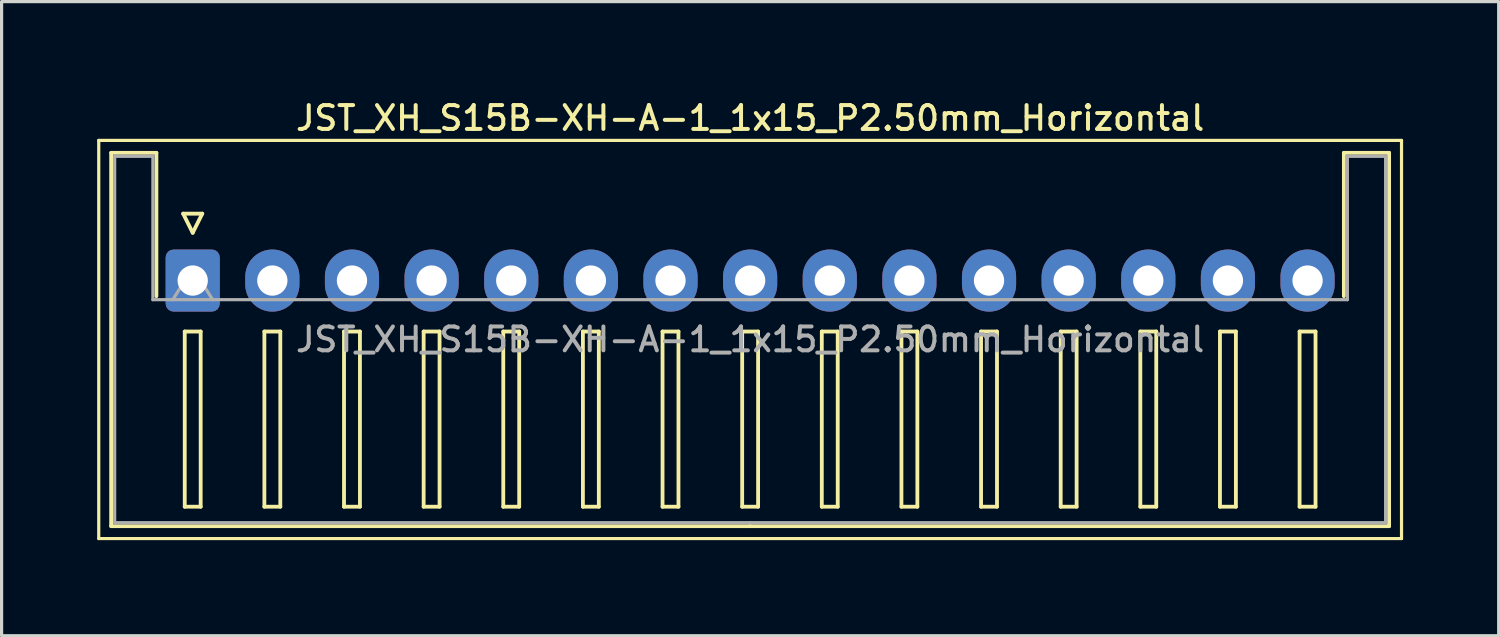
<source format=kicad_pcb>
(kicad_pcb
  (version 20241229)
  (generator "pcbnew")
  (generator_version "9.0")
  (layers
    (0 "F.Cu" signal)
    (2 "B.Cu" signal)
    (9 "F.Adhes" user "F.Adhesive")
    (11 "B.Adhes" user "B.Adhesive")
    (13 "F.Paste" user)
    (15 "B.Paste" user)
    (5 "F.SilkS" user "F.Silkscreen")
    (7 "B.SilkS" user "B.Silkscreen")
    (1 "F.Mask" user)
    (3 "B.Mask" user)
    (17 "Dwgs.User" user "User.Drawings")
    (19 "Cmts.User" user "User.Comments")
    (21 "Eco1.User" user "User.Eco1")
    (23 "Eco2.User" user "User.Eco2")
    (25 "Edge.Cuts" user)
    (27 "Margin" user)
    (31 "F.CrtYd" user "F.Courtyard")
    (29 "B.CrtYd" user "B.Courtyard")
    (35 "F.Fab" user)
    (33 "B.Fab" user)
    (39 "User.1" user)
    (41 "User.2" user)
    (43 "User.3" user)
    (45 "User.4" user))
  (footprint "JST_XH_S15B-XH-A-1_1x15_P2.50mm_Horizontal"
    (layer "F.Cu")
    (at 3 5.758)
    (property "Reference" "JST_XH_S15B-XH-A-1_1x15_P2.50mm_Horizontal" (at 17.5 -5.1 0) (layer "F.SilkS") (effects (font (size 0.75 0.75) (thickness 0.125))))
    (attr through_hole)
    (fp_line (start -2.95 -4.4) (end -2.95 8.1) (stroke (width 0.1) (type solid)) (layer "F.SilkS"))
    (fp_line (start -2.95 8.1) (end 37.95 8.1) (stroke (width 0.1) (type solid)) (layer "F.SilkS"))
    (fp_line (start -2.56 -4.01) (end -1.14 -4.01) (stroke (width 0.12) (type solid)) (layer "F.SilkS"))
    (fp_line (start -2.56 7.71) (end -2.56 -4.01) (stroke (width 0.12) (type solid)) (layer "F.SilkS"))
    (fp_line (start -1.14 -4.01) (end -1.14 0.49) (stroke (width 0.12) (type solid)) (layer "F.SilkS"))
    (fp_line (start -0.3 -2.1) (end 0.3 -2.1) (stroke (width 0.12) (type solid)) (layer "F.SilkS"))
    (fp_line (start -0.25 1.6) (end -0.25 7.1) (stroke (width 0.12) (type solid)) (layer "F.SilkS"))
    (fp_line (start -0.25 7.1) (end 0.25 7.1) (stroke (width 0.12) (type solid)) (layer "F.SilkS"))
    (fp_line (start 0 -1.5) (end -0.3 -2.1) (stroke (width 0.12) (type solid)) (layer "F.SilkS"))
    (fp_line (start 0.25 1.6) (end -0.25 1.6) (stroke (width 0.12) (type solid)) (layer "F.SilkS"))
    (fp_line (start 0.25 7.1) (end 0.25 1.6) (stroke (width 0.12) (type solid)) (layer "F.SilkS"))
    (fp_line (start 0.3 -2.1) (end 0 -1.5) (stroke (width 0.12) (type solid)) (layer "F.SilkS"))
    (fp_line (start 2.25 1.6) (end 2.25 7.1) (stroke (width 0.12) (type solid)) (layer "F.SilkS"))
    (fp_line (start 2.25 7.1) (end 2.75 7.1) (stroke (width 0.12) (type solid)) (layer "F.SilkS"))
    (fp_line (start 2.75 1.6) (end 2.25 1.6) (stroke (width 0.12) (type solid)) (layer "F.SilkS"))
    (fp_line (start 2.75 7.1) (end 2.75 1.6) (stroke (width 0.12) (type solid)) (layer "F.SilkS"))
    (fp_line (start 4.75 1.6) (end 4.75 7.1) (stroke (width 0.12) (type solid)) (layer "F.SilkS"))
    (fp_line (start 4.75 7.1) (end 5.25 7.1) (stroke (width 0.12) (type solid)) (layer "F.SilkS"))
    (fp_line (start 5.25 1.6) (end 4.75 1.6) (stroke (width 0.12) (type solid)) (layer "F.SilkS"))
    (fp_line (start 5.25 7.1) (end 5.25 1.6) (stroke (width 0.12) (type solid)) (layer "F.SilkS"))
    (fp_line (start 7.25 1.6) (end 7.25 7.1) (stroke (width 0.12) (type solid)) (layer "F.SilkS"))
    (fp_line (start 7.25 7.1) (end 7.75 7.1) (stroke (width 0.12) (type solid)) (layer "F.SilkS"))
    (fp_line (start 7.75 1.6) (end 7.25 1.6) (stroke (width 0.12) (type solid)) (layer "F.SilkS"))
    (fp_line (start 7.75 7.1) (end 7.75 1.6) (stroke (width 0.12) (type solid)) (layer "F.SilkS"))
    (fp_line (start 9.75 1.6) (end 9.75 7.1) (stroke (width 0.12) (type solid)) (layer "F.SilkS"))
    (fp_line (start 9.75 7.1) (end 10.25 7.1) (stroke (width 0.12) (type solid)) (layer "F.SilkS"))
    (fp_line (start 10.25 1.6) (end 9.75 1.6) (stroke (width 0.12) (type solid)) (layer "F.SilkS"))
    (fp_line (start 10.25 7.1) (end 10.25 1.6) (stroke (width 0.12) (type solid)) (layer "F.SilkS"))
    (fp_line (start 12.25 1.6) (end 12.25 7.1) (stroke (width 0.12) (type solid)) (layer "F.SilkS"))
    (fp_line (start 12.25 7.1) (end 12.75 7.1) (stroke (width 0.12) (type solid)) (layer "F.SilkS"))
    (fp_line (start 12.75 1.6) (end 12.25 1.6) (stroke (width 0.12) (type solid)) (layer "F.SilkS"))
    (fp_line (start 12.75 7.1) (end 12.75 1.6) (stroke (width 0.12) (type solid)) (layer "F.SilkS"))
    (fp_line (start 14.75 1.6) (end 14.75 7.1) (stroke (width 0.12) (type solid)) (layer "F.SilkS"))
    (fp_line (start 14.75 7.1) (end 15.25 7.1) (stroke (width 0.12) (type solid)) (layer "F.SilkS"))
    (fp_line (start 15.25 1.6) (end 14.75 1.6) (stroke (width 0.12) (type solid)) (layer "F.SilkS"))
    (fp_line (start 15.25 7.1) (end 15.25 1.6) (stroke (width 0.12) (type solid)) (layer "F.SilkS"))
    (fp_line (start 17.25 1.6) (end 17.25 7.1) (stroke (width 0.12) (type solid)) (layer "F.SilkS"))
    (fp_line (start 17.25 7.1) (end 17.75 7.1) (stroke (width 0.12) (type solid)) (layer "F.SilkS"))
    (fp_line (start 17.5 7.71) (end -2.56 7.71) (stroke (width 0.12) (type solid)) (layer "F.SilkS"))
    (fp_line (start 17.5 7.71) (end 37.56 7.71) (stroke (width 0.12) (type solid)) (layer "F.SilkS"))
    (fp_line (start 17.75 1.6) (end 17.25 1.6) (stroke (width 0.12) (type solid)) (layer "F.SilkS"))
    (fp_line (start 17.75 7.1) (end 17.75 1.6) (stroke (width 0.12) (type solid)) (layer "F.SilkS"))
    (fp_line (start 19.75 1.6) (end 19.75 7.1) (stroke (width 0.12) (type solid)) (layer "F.SilkS"))
    (fp_line (start 19.75 7.1) (end 20.25 7.1) (stroke (width 0.12) (type solid)) (layer "F.SilkS"))
    (fp_line (start 20.25 1.6) (end 19.75 1.6) (stroke (width 0.12) (type solid)) (layer "F.SilkS"))
    (fp_line (start 20.25 7.1) (end 20.25 1.6) (stroke (width 0.12) (type solid)) (layer "F.SilkS"))
    (fp_line (start 22.25 1.6) (end 22.25 7.1) (stroke (width 0.12) (type solid)) (layer "F.SilkS"))
    (fp_line (start 22.25 7.1) (end 22.75 7.1) (stroke (width 0.12) (type solid)) (layer "F.SilkS"))
    (fp_line (start 22.75 1.6) (end 22.25 1.6) (stroke (width 0.12) (type solid)) (layer "F.SilkS"))
    (fp_line (start 22.75 7.1) (end 22.75 1.6) (stroke (width 0.12) (type solid)) (layer "F.SilkS"))
    (fp_line (start 24.75 1.6) (end 24.75 7.1) (stroke (width 0.12) (type solid)) (layer "F.SilkS"))
    (fp_line (start 24.75 7.1) (end 25.25 7.1) (stroke (width 0.12) (type solid)) (layer "F.SilkS"))
    (fp_line (start 25.25 1.6) (end 24.75 1.6) (stroke (width 0.12) (type solid)) (layer "F.SilkS"))
    (fp_line (start 25.25 7.1) (end 25.25 1.6) (stroke (width 0.12) (type solid)) (layer "F.SilkS"))
    (fp_line (start 27.25 1.6) (end 27.25 7.1) (stroke (width 0.12) (type solid)) (layer "F.SilkS"))
    (fp_line (start 27.25 7.1) (end 27.75 7.1) (stroke (width 0.12) (type solid)) (layer "F.SilkS"))
    (fp_line (start 27.75 1.6) (end 27.25 1.6) (stroke (width 0.12) (type solid)) (layer "F.SilkS"))
    (fp_line (start 27.75 7.1) (end 27.75 1.6) (stroke (width 0.12) (type solid)) (layer "F.SilkS"))
    (fp_line (start 29.75 1.6) (end 29.75 7.1) (stroke (width 0.12) (type solid)) (layer "F.SilkS"))
    (fp_line (start 29.75 7.1) (end 30.25 7.1) (stroke (width 0.12) (type solid)) (layer "F.SilkS"))
    (fp_line (start 30.25 1.6) (end 29.75 1.6) (stroke (width 0.12) (type solid)) (layer "F.SilkS"))
    (fp_line (start 30.25 7.1) (end 30.25 1.6) (stroke (width 0.12) (type solid)) (layer "F.SilkS"))
    (fp_line (start 32.25 1.6) (end 32.25 7.1) (stroke (width 0.12) (type solid)) (layer "F.SilkS"))
    (fp_line (start 32.25 7.1) (end 32.75 7.1) (stroke (width 0.12) (type solid)) (layer "F.SilkS"))
    (fp_line (start 32.75 1.6) (end 32.25 1.6) (stroke (width 0.12) (type solid)) (layer "F.SilkS"))
    (fp_line (start 32.75 7.1) (end 32.75 1.6) (stroke (width 0.12) (type solid)) (layer "F.SilkS"))
    (fp_line (start 34.75 1.6) (end 34.75 7.1) (stroke (width 0.12) (type solid)) (layer "F.SilkS"))
    (fp_line (start 34.75 7.1) (end 35.25 7.1) (stroke (width 0.12) (type solid)) (layer "F.SilkS"))
    (fp_line (start 35.25 1.6) (end 34.75 1.6) (stroke (width 0.12) (type solid)) (layer "F.SilkS"))
    (fp_line (start 35.25 7.1) (end 35.25 1.6) (stroke (width 0.12) (type solid)) (layer "F.SilkS"))
    (fp_line (start 36.14 -4.01) (end 36.14 0.49) (stroke (width 0.12) (type solid)) (layer "F.SilkS"))
    (fp_line (start 37.56 -4.01) (end 36.14 -4.01) (stroke (width 0.12) (type solid)) (layer "F.SilkS"))
    (fp_line (start 37.56 7.71) (end 37.56 -4.01) (stroke (width 0.12) (type solid)) (layer "F.SilkS"))
    (fp_line (start 37.95 -4.4) (end -2.95 -4.4) (stroke (width 0.1) (type solid)) (layer "F.SilkS"))
    (fp_line (start 37.95 8.1) (end 37.95 -4.4) (stroke (width 0.1) (type solid)) (layer "F.SilkS"))
    (fp_line (start -2.45 -3.9) (end -1.25 -3.9) (stroke (width 0.1) (type solid)) (layer "F.Fab"))
    (fp_line (start -2.45 7.6) (end -2.45 -3.9) (stroke (width 0.1) (type solid)) (layer "F.Fab"))
    (fp_line (start -1.25 -3.9) (end -1.25 0.6) (stroke (width 0.1) (type solid)) (layer "F.Fab"))
    (fp_line (start -1.25 0.6) (end 17.5 0.6) (stroke (width 0.1) (type solid)) (layer "F.Fab"))
    (fp_line (start -0.625 0.6) (end 0 -0.4) (stroke (width 0.1) (type solid)) (layer "F.Fab"))
    (fp_line (start 0 -0.4) (end 0.625 0.6) (stroke (width 0.1) (type solid)) (layer "F.Fab"))
    (fp_line (start 17.5 7.6) (end -2.45 7.6) (stroke (width 0.1) (type solid)) (layer "F.Fab"))
    (fp_line (start 17.5 7.6) (end 37.45 7.6) (stroke (width 0.1) (type solid)) (layer "F.Fab"))
    (fp_line (start 36.25 -3.9) (end 36.25 0.6) (stroke (width 0.1) (type solid)) (layer "F.Fab"))
    (fp_line (start 36.25 0.6) (end 17.5 0.6) (stroke (width 0.1) (type solid)) (layer "F.Fab"))
    (fp_line (start 37.45 -3.9) (end 36.25 -3.9) (stroke (width 0.1) (type solid)) (layer "F.Fab"))
    (fp_line (start 37.45 7.6) (end 37.45 -3.9) (stroke (width 0.1) (type solid)) (layer "F.Fab"))
    (fp_text user "${REFERENCE}" (at 17.5 1.85 0) (layer "F.Fab") (effects (font (size 0.75 0.75) (thickness 0.125))))
    (pad "1" thru_hole roundrect (at 0 0) (size 1.7 1.95) (drill 0.95) (layers "*.Cu" "*.Mask") (roundrect_rratio 0.147))
    (pad "2" thru_hole oval (at 2.5 0) (size 1.7 1.95) (drill 0.95) (layers "*.Cu" "*.Mask"))
    (pad "3" thru_hole oval (at 5 0) (size 1.7 1.95) (drill 0.95) (layers "*.Cu" "*.Mask"))
    (pad "4" thru_hole oval (at 7.5 0) (size 1.7 1.95) (drill 0.95) (layers "*.Cu" "*.Mask"))
    (pad "5" thru_hole oval (at 10 0) (size 1.7 1.95) (drill 0.95) (layers "*.Cu" "*.Mask"))
    (pad "6" thru_hole oval (at 12.5 0) (size 1.7 1.95) (drill 0.95) (layers "*.Cu" "*.Mask"))
    (pad "7" thru_hole oval (at 15 0) (size 1.7 1.95) (drill 0.95) (layers "*.Cu" "*.Mask"))
    (pad "8" thru_hole oval (at 17.5 0) (size 1.7 1.95) (drill 0.95) (layers "*.Cu" "*.Mask"))
    (pad "9" thru_hole oval (at 20 0) (size 1.7 1.95) (drill 0.95) (layers "*.Cu" "*.Mask"))
    (pad "10" thru_hole oval (at 22.5 0) (size 1.7 1.95) (drill 0.95) (layers "*.Cu" "*.Mask"))
    (pad "11" thru_hole oval (at 25 0) (size 1.7 1.95) (drill 0.95) (layers "*.Cu" "*.Mask"))
    (pad "12" thru_hole oval (at 27.5 0) (size 1.7 1.95) (drill 0.95) (layers "*.Cu" "*.Mask"))
    (pad "13" thru_hole oval (at 30 0) (size 1.7 1.95) (drill 0.95) (layers "*.Cu" "*.Mask"))
    (pad "14" thru_hole oval (at 32.5 0) (size 1.7 1.95) (drill 0.95) (layers "*.Cu" "*.Mask"))
    (pad "15" thru_hole oval (at 35 0) (size 1.7 1.95) (drill 0.95) (layers "*.Cu" "*.Mask")))
  (gr_rect
    (start -3 -3)
    (end 44 16.908)
    (stroke (width 0.1) (type default))
    (fill no)
    (layer "Edge.Cuts")))
</source>
